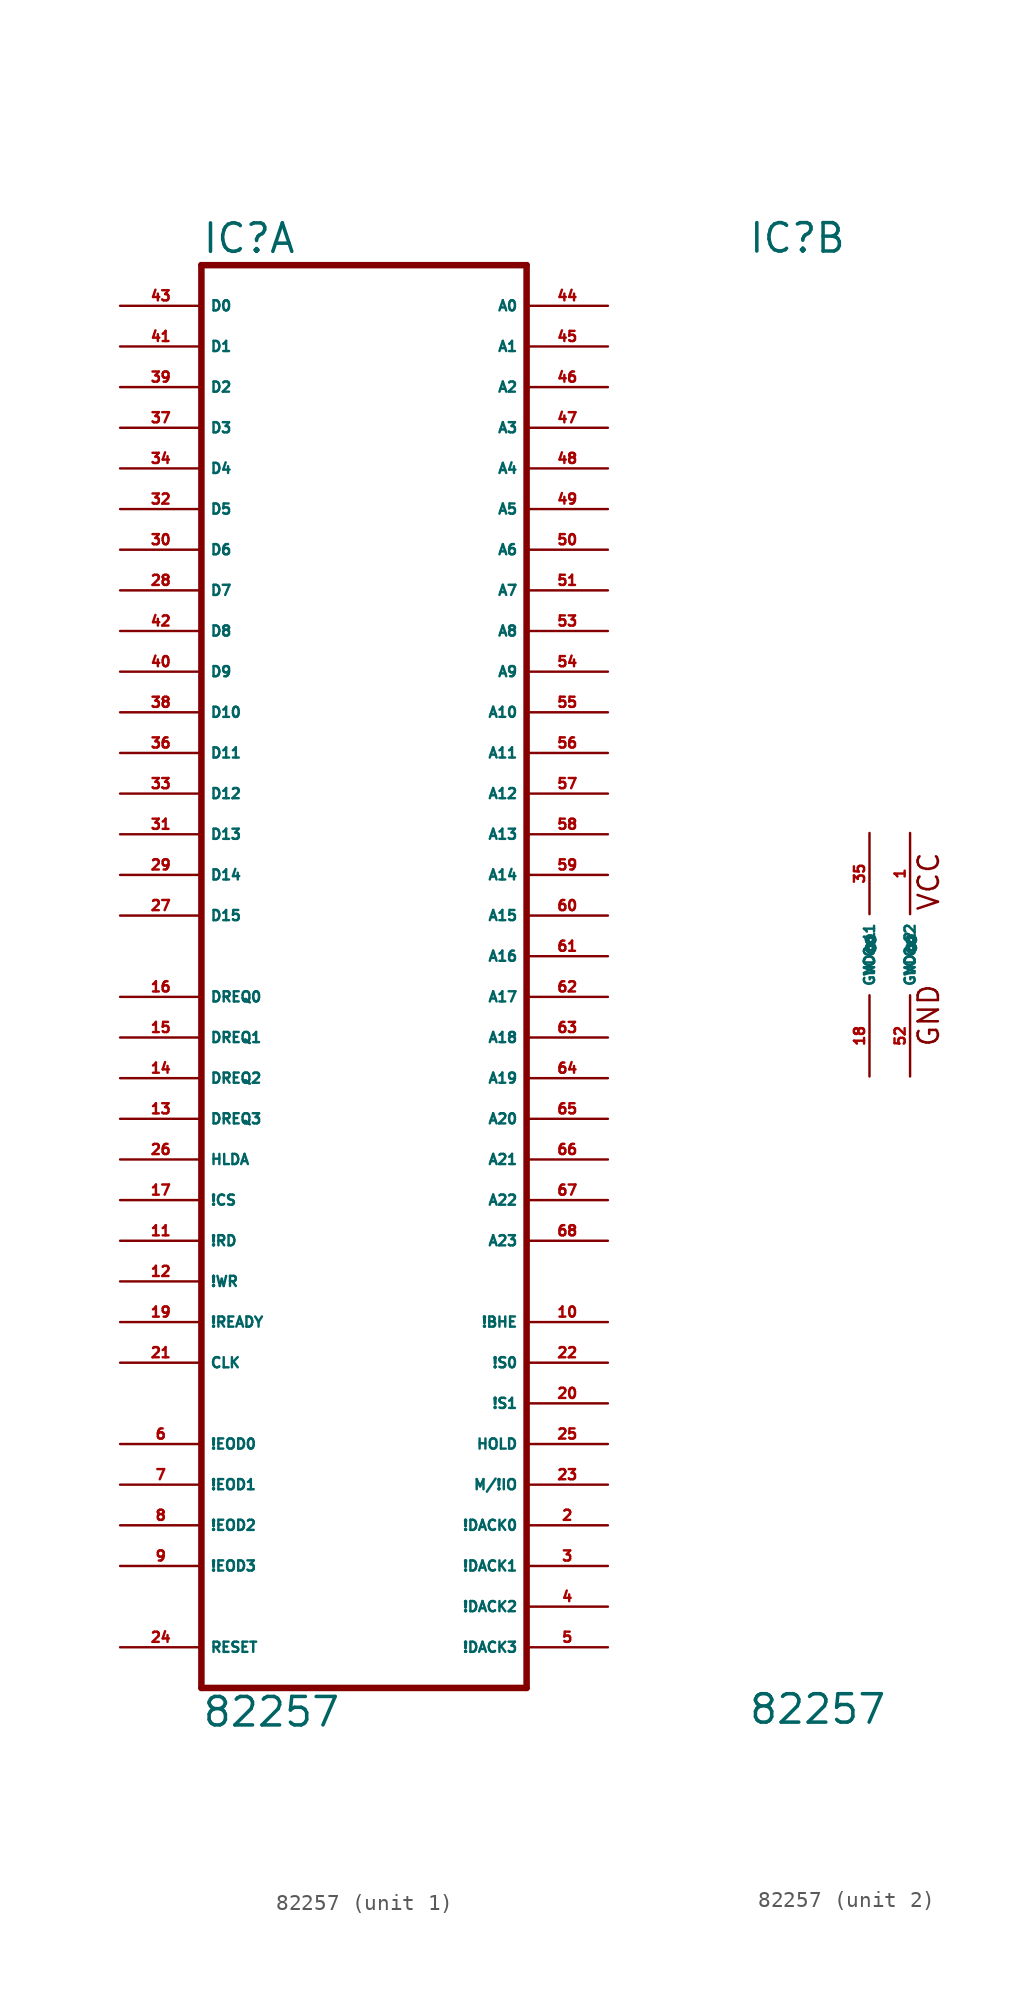
<source format=kicad_sym>
(kicad_symbol_lib
  (version 20220914)
  (generator Eagle2Kicad)
  (symbol "82257"
    (property "Reference" "IC"
      (at -10.16 43.815 0)
      (effects (font (size 1.778 1.778) (thickness 0.22)) (justify left bottom)))
    (property "Value" "82257"
      (at -10.16 -48.26 0)
      (effects (font (size 1.778 1.778) (thickness 0.22)) (justify left bottom)))
    (symbol "82257_1_0"
      (polyline (pts (xy -10.16 -45.72) (xy 10.16 -45.72)) (stroke (width 0.406) (type default)) (fill (type none)))
      (polyline (pts (xy 10.16 -45.72) (xy 10.16 43.18)) (stroke (width 0.406) (type default)) (fill (type none)))
      (polyline (pts (xy 10.16 43.18) (xy -10.16 43.18)) (stroke (width 0.406) (type default)) (fill (type none)))
      (polyline (pts (xy -10.16 43.18) (xy -10.16 -45.72)) (stroke (width 0.406) (type default)) (fill (type none)))
      (pin bidirectional line (at 15.24 40.64 180) (length 5.08) (name "A0" (effects (font (size 0.635 0.635) (thickness 0.08)) (justify left bottom))) (number "44" (effects (font (size 0.635 0.635) (thickness 0.08)) (justify left bottom))))
      (pin bidirectional line (at 15.24 38.1 180) (length 5.08) (name "A1" (effects (font (size 0.635 0.635) (thickness 0.08)) (justify left bottom))) (number "45" (effects (font (size 0.635 0.635) (thickness 0.08)) (justify left bottom))))
      (pin bidirectional line (at 15.24 35.56 180) (length 5.08) (name "A2" (effects (font (size 0.635 0.635) (thickness 0.08)) (justify left bottom))) (number "46" (effects (font (size 0.635 0.635) (thickness 0.08)) (justify left bottom))))
      (pin bidirectional line (at 15.24 33.02 180) (length 5.08) (name "A3" (effects (font (size 0.635 0.635) (thickness 0.08)) (justify left bottom))) (number "47" (effects (font (size 0.635 0.635) (thickness 0.08)) (justify left bottom))))
      (pin bidirectional line (at 15.24 30.48 180) (length 5.08) (name "A4" (effects (font (size 0.635 0.635) (thickness 0.08)) (justify left bottom))) (number "48" (effects (font (size 0.635 0.635) (thickness 0.08)) (justify left bottom))))
      (pin bidirectional line (at 15.24 27.94 180) (length 5.08) (name "A5" (effects (font (size 0.635 0.635) (thickness 0.08)) (justify left bottom))) (number "49" (effects (font (size 0.635 0.635) (thickness 0.08)) (justify left bottom))))
      (pin bidirectional line (at 15.24 25.4 180) (length 5.08) (name "A6" (effects (font (size 0.635 0.635) (thickness 0.08)) (justify left bottom))) (number "50" (effects (font (size 0.635 0.635) (thickness 0.08)) (justify left bottom))))
      (pin bidirectional line (at 15.24 22.86 180) (length 5.08) (name "A7" (effects (font (size 0.635 0.635) (thickness 0.08)) (justify left bottom))) (number "51" (effects (font (size 0.635 0.635) (thickness 0.08)) (justify left bottom))))
      (pin output line (at 15.24 20.32 180) (length 5.08) (name "A8" (effects (font (size 0.635 0.635) (thickness 0.08)) (justify left bottom))) (number "53" (effects (font (size 0.635 0.635) (thickness 0.08)) (justify left bottom))))
      (pin output line (at 15.24 17.78 180) (length 5.08) (name "A9" (effects (font (size 0.635 0.635) (thickness 0.08)) (justify left bottom))) (number "54" (effects (font (size 0.635 0.635) (thickness 0.08)) (justify left bottom))))
      (pin output line (at 15.24 15.24 180) (length 5.08) (name "A10" (effects (font (size 0.635 0.635) (thickness 0.08)) (justify left bottom))) (number "55" (effects (font (size 0.635 0.635) (thickness 0.08)) (justify left bottom))))
      (pin output line (at 15.24 12.7 180) (length 5.08) (name "A11" (effects (font (size 0.635 0.635) (thickness 0.08)) (justify left bottom))) (number "56" (effects (font (size 0.635 0.635) (thickness 0.08)) (justify left bottom))))
      (pin output line (at 15.24 10.16 180) (length 5.08) (name "A12" (effects (font (size 0.635 0.635) (thickness 0.08)) (justify left bottom))) (number "57" (effects (font (size 0.635 0.635) (thickness 0.08)) (justify left bottom))))
      (pin output line (at 15.24 7.62 180) (length 5.08) (name "A13" (effects (font (size 0.635 0.635) (thickness 0.08)) (justify left bottom))) (number "58" (effects (font (size 0.635 0.635) (thickness 0.08)) (justify left bottom))))
      (pin output line (at 15.24 5.08 180) (length 5.08) (name "A14" (effects (font (size 0.635 0.635) (thickness 0.08)) (justify left bottom))) (number "59" (effects (font (size 0.635 0.635) (thickness 0.08)) (justify left bottom))))
      (pin output line (at 15.24 2.54 180) (length 5.08) (name "A15" (effects (font (size 0.635 0.635) (thickness 0.08)) (justify left bottom))) (number "60" (effects (font (size 0.635 0.635) (thickness 0.08)) (justify left bottom))))
      (pin output line (at 15.24 0 180) (length 5.08) (name "A16" (effects (font (size 0.635 0.635) (thickness 0.08)) (justify left bottom))) (number "61" (effects (font (size 0.635 0.635) (thickness 0.08)) (justify left bottom))))
      (pin output line (at 15.24 -2.54 180) (length 5.08) (name "A17" (effects (font (size 0.635 0.635) (thickness 0.08)) (justify left bottom))) (number "62" (effects (font (size 0.635 0.635) (thickness 0.08)) (justify left bottom))))
      (pin output line (at 15.24 -5.08 180) (length 5.08) (name "A18" (effects (font (size 0.635 0.635) (thickness 0.08)) (justify left bottom))) (number "63" (effects (font (size 0.635 0.635) (thickness 0.08)) (justify left bottom))))
      (pin output line (at 15.24 -7.62 180) (length 5.08) (name "A19" (effects (font (size 0.635 0.635) (thickness 0.08)) (justify left bottom))) (number "64" (effects (font (size 0.635 0.635) (thickness 0.08)) (justify left bottom))))
      (pin output line (at 15.24 -10.16 180) (length 5.08) (name "A20" (effects (font (size 0.635 0.635) (thickness 0.08)) (justify left bottom))) (number "65" (effects (font (size 0.635 0.635) (thickness 0.08)) (justify left bottom))))
      (pin output line (at 15.24 -12.7 180) (length 5.08) (name "A21" (effects (font (size 0.635 0.635) (thickness 0.08)) (justify left bottom))) (number "66" (effects (font (size 0.635 0.635) (thickness 0.08)) (justify left bottom))))
      (pin output line (at 15.24 -15.24 180) (length 5.08) (name "A22" (effects (font (size 0.635 0.635) (thickness 0.08)) (justify left bottom))) (number "67" (effects (font (size 0.635 0.635) (thickness 0.08)) (justify left bottom))))
      (pin output line (at 15.24 -17.78 180) (length 5.08) (name "A23" (effects (font (size 0.635 0.635) (thickness 0.08)) (justify left bottom))) (number "68" (effects (font (size 0.635 0.635) (thickness 0.08)) (justify left bottom))))
      (pin bidirectional line (at -15.24 40.64 0) (length 5.08) (name "D0" (effects (font (size 0.635 0.635) (thickness 0.08)) (justify left bottom))) (number "43" (effects (font (size 0.635 0.635) (thickness 0.08)) (justify left bottom))))
      (pin bidirectional line (at -15.24 38.1 0) (length 5.08) (name "D1" (effects (font (size 0.635 0.635) (thickness 0.08)) (justify left bottom))) (number "41" (effects (font (size 0.635 0.635) (thickness 0.08)) (justify left bottom))))
      (pin bidirectional line (at -15.24 35.56 0) (length 5.08) (name "D2" (effects (font (size 0.635 0.635) (thickness 0.08)) (justify left bottom))) (number "39" (effects (font (size 0.635 0.635) (thickness 0.08)) (justify left bottom))))
      (pin bidirectional line (at -15.24 33.02 0) (length 5.08) (name "D3" (effects (font (size 0.635 0.635) (thickness 0.08)) (justify left bottom))) (number "37" (effects (font (size 0.635 0.635) (thickness 0.08)) (justify left bottom))))
      (pin bidirectional line (at -15.24 30.48 0) (length 5.08) (name "D4" (effects (font (size 0.635 0.635) (thickness 0.08)) (justify left bottom))) (number "34" (effects (font (size 0.635 0.635) (thickness 0.08)) (justify left bottom))))
      (pin bidirectional line (at -15.24 27.94 0) (length 5.08) (name "D5" (effects (font (size 0.635 0.635) (thickness 0.08)) (justify left bottom))) (number "32" (effects (font (size 0.635 0.635) (thickness 0.08)) (justify left bottom))))
      (pin bidirectional line (at -15.24 25.4 0) (length 5.08) (name "D6" (effects (font (size 0.635 0.635) (thickness 0.08)) (justify left bottom))) (number "30" (effects (font (size 0.635 0.635) (thickness 0.08)) (justify left bottom))))
      (pin bidirectional line (at -15.24 22.86 0) (length 5.08) (name "D7" (effects (font (size 0.635 0.635) (thickness 0.08)) (justify left bottom))) (number "28" (effects (font (size 0.635 0.635) (thickness 0.08)) (justify left bottom))))
      (pin bidirectional line (at -15.24 20.32 0) (length 5.08) (name "D8" (effects (font (size 0.635 0.635) (thickness 0.08)) (justify left bottom))) (number "42" (effects (font (size 0.635 0.635) (thickness 0.08)) (justify left bottom))))
      (pin bidirectional line (at -15.24 15.24 0) (length 5.08) (name "D10" (effects (font (size 0.635 0.635) (thickness 0.08)) (justify left bottom))) (number "38" (effects (font (size 0.635 0.635) (thickness 0.08)) (justify left bottom))))
      (pin bidirectional line (at -15.24 17.78 0) (length 5.08) (name "D9" (effects (font (size 0.635 0.635) (thickness 0.08)) (justify left bottom))) (number "40" (effects (font (size 0.635 0.635) (thickness 0.08)) (justify left bottom))))
      (pin bidirectional line (at -15.24 12.7 0) (length 5.08) (name "D11" (effects (font (size 0.635 0.635) (thickness 0.08)) (justify left bottom))) (number "36" (effects (font (size 0.635 0.635) (thickness 0.08)) (justify left bottom))))
      (pin bidirectional line (at -15.24 10.16 0) (length 5.08) (name "D12" (effects (font (size 0.635 0.635) (thickness 0.08)) (justify left bottom))) (number "33" (effects (font (size 0.635 0.635) (thickness 0.08)) (justify left bottom))))
      (pin bidirectional line (at -15.24 7.62 0) (length 5.08) (name "D13" (effects (font (size 0.635 0.635) (thickness 0.08)) (justify left bottom))) (number "31" (effects (font (size 0.635 0.635) (thickness 0.08)) (justify left bottom))))
      (pin bidirectional line (at -15.24 5.08 0) (length 5.08) (name "D14" (effects (font (size 0.635 0.635) (thickness 0.08)) (justify left bottom))) (number "29" (effects (font (size 0.635 0.635) (thickness 0.08)) (justify left bottom))))
      (pin bidirectional line (at -15.24 2.54 0) (length 5.08) (name "D15" (effects (font (size 0.635 0.635) (thickness 0.08)) (justify left bottom))) (number "27" (effects (font (size 0.635 0.635) (thickness 0.08)) (justify left bottom))))
      (pin input line (at -15.24 -12.7 0) (length 5.08) (name "HLDA" (effects (font (size 0.635 0.635) (thickness 0.08)) (justify left bottom))) (number "26" (effects (font (size 0.635 0.635) (thickness 0.08)) (justify left bottom))))
      (pin input line (at -15.24 -15.24 0) (length 5.08) (name "!CS" (effects (font (size 0.635 0.635) (thickness 0.08)) (justify left bottom))) (number "17" (effects (font (size 0.635 0.635) (thickness 0.08)) (justify left bottom))))
      (pin input line (at -15.24 -17.78 0) (length 5.08) (name "!RD" (effects (font (size 0.635 0.635) (thickness 0.08)) (justify left bottom))) (number "11" (effects (font (size 0.635 0.635) (thickness 0.08)) (justify left bottom))))
      (pin input line (at -15.24 -20.32 0) (length 5.08) (name "!WR" (effects (font (size 0.635 0.635) (thickness 0.08)) (justify left bottom))) (number "12" (effects (font (size 0.635 0.635) (thickness 0.08)) (justify left bottom))))
      (pin input line (at -15.24 -22.86 0) (length 5.08) (name "!READY" (effects (font (size 0.635 0.635) (thickness 0.08)) (justify left bottom))) (number "19" (effects (font (size 0.635 0.635) (thickness 0.08)) (justify left bottom))))
      (pin input line (at -15.24 -2.54 0) (length 5.08) (name "DREQ0" (effects (font (size 0.635 0.635) (thickness 0.08)) (justify left bottom))) (number "16" (effects (font (size 0.635 0.635) (thickness 0.08)) (justify left bottom))))
      (pin input line (at -15.24 -5.08 0) (length 5.08) (name "DREQ1" (effects (font (size 0.635 0.635) (thickness 0.08)) (justify left bottom))) (number "15" (effects (font (size 0.635 0.635) (thickness 0.08)) (justify left bottom))))
      (pin input line (at -15.24 -7.62 0) (length 5.08) (name "DREQ2" (effects (font (size 0.635 0.635) (thickness 0.08)) (justify left bottom))) (number "14" (effects (font (size 0.635 0.635) (thickness 0.08)) (justify left bottom))))
      (pin input line (at -15.24 -10.16 0) (length 5.08) (name "DREQ3" (effects (font (size 0.635 0.635) (thickness 0.08)) (justify left bottom))) (number "13" (effects (font (size 0.635 0.635) (thickness 0.08)) (justify left bottom))))
      (pin input line (at -15.24 -25.4 0) (length 5.08) (name "CLK" (effects (font (size 0.635 0.635) (thickness 0.08)) (justify left bottom))) (number "21" (effects (font (size 0.635 0.635) (thickness 0.08)) (justify left bottom))))
      (pin input line (at -15.24 -43.18 0) (length 5.08) (name "RESET" (effects (font (size 0.635 0.635) (thickness 0.08)) (justify left bottom))) (number "24" (effects (font (size 0.635 0.635) (thickness 0.08)) (justify left bottom))))
      (pin output line (at 15.24 -30.48 180) (length 5.08) (name "HOLD" (effects (font (size 0.635 0.635) (thickness 0.08)) (justify left bottom))) (number "25" (effects (font (size 0.635 0.635) (thickness 0.08)) (justify left bottom))))
      (pin output line (at 15.24 -35.56 180) (length 5.08) (name "!DACK0" (effects (font (size 0.635 0.635) (thickness 0.08)) (justify left bottom))) (number "2" (effects (font (size 0.635 0.635) (thickness 0.08)) (justify left bottom))))
      (pin output line (at 15.24 -38.1 180) (length 5.08) (name "!DACK1" (effects (font (size 0.635 0.635) (thickness 0.08)) (justify left bottom))) (number "3" (effects (font (size 0.635 0.635) (thickness 0.08)) (justify left bottom))))
      (pin output line (at 15.24 -40.64 180) (length 5.08) (name "!DACK2" (effects (font (size 0.635 0.635) (thickness 0.08)) (justify left bottom))) (number "4" (effects (font (size 0.635 0.635) (thickness 0.08)) (justify left bottom))))
      (pin output line (at 15.24 -43.18 180) (length 5.08) (name "!DACK3" (effects (font (size 0.635 0.635) (thickness 0.08)) (justify left bottom))) (number "5" (effects (font (size 0.635 0.635) (thickness 0.08)) (justify left bottom))))
      (pin output line (at 15.24 -33.02 180) (length 5.08) (name "M/!IO" (effects (font (size 0.635 0.635) (thickness 0.08)) (justify left bottom))) (number "23" (effects (font (size 0.635 0.635) (thickness 0.08)) (justify left bottom))))
      (pin bidirectional line (at 15.24 -27.94 180) (length 5.08) (name "!S1" (effects (font (size 0.635 0.635) (thickness 0.08)) (justify left bottom))) (number "20" (effects (font (size 0.635 0.635) (thickness 0.08)) (justify left bottom))))
      (pin bidirectional line (at 15.24 -25.4 180) (length 5.08) (name "!S0" (effects (font (size 0.635 0.635) (thickness 0.08)) (justify left bottom))) (number "22" (effects (font (size 0.635 0.635) (thickness 0.08)) (justify left bottom))))
      (pin bidirectional line (at 15.24 -22.86 180) (length 5.08) (name "!BHE" (effects (font (size 0.635 0.635) (thickness 0.08)) (justify left bottom))) (number "10" (effects (font (size 0.635 0.635) (thickness 0.08)) (justify left bottom))))
      (pin bidirectional line (at -15.24 -30.48 0) (length 5.08) (name "!EOD0" (effects (font (size 0.635 0.635) (thickness 0.08)) (justify left bottom))) (number "6" (effects (font (size 0.635 0.635) (thickness 0.08)) (justify left bottom))))
      (pin bidirectional line (at -15.24 -33.02 0) (length 5.08) (name "!EOD1" (effects (font (size 0.635 0.635) (thickness 0.08)) (justify left bottom))) (number "7" (effects (font (size 0.635 0.635) (thickness 0.08)) (justify left bottom))))
      (pin bidirectional line (at -15.24 -35.56 0) (length 5.08) (name "!EOD2" (effects (font (size 0.635 0.635) (thickness 0.08)) (justify left bottom))) (number "8" (effects (font (size 0.635 0.635) (thickness 0.08)) (justify left bottom))))
      (pin bidirectional line (at -15.24 -38.1 0) (length 5.08) (name "!EOD3" (effects (font (size 0.635 0.635) (thickness 0.08)) (justify left bottom))) (number "9" (effects (font (size 0.635 0.635) (thickness 0.08)) (justify left bottom)))))
    (symbol "82257_2_0"
      (text "VCC" (at 1.905 2.667 900) (effects (font (size 1.27 1.27) (thickness 0.16)) (justify left bottom)))
      (text "GND" (at 1.905 -5.842 900) (effects (font (size 1.27 1.27) (thickness 0.16)) (justify left bottom)))
      (pin unspecified line (at -2.54 -7.62 90) (length 5.08) (name "GND@1" (effects (font (size 0.635 0.635) (thickness 0.08)) (justify left bottom))) (number "18" (effects (font (size 0.635 0.635) (thickness 0.08)) (justify left bottom))))
      (pin unspecified line (at 0 -7.62 90) (length 5.08) (name "GND@2" (effects (font (size 0.635 0.635) (thickness 0.08)) (justify left bottom))) (number "52" (effects (font (size 0.635 0.635) (thickness 0.08)) (justify left bottom))))
      (pin unspecified line (at -2.54 7.62 270) (length 5.08) (name "VCC@1" (effects (font (size 0.635 0.635) (thickness 0.08)) (justify left bottom))) (number "35" (effects (font (size 0.635 0.635) (thickness 0.08)) (justify left bottom))))
      (pin unspecified line (at 0 7.62 270) (length 5.08) (name "VCC@2" (effects (font (size 0.635 0.635) (thickness 0.08)) (justify left bottom))) (number "1" (effects (font (size 0.635 0.635) (thickness 0.08)) (justify left bottom)))))))
</source>
